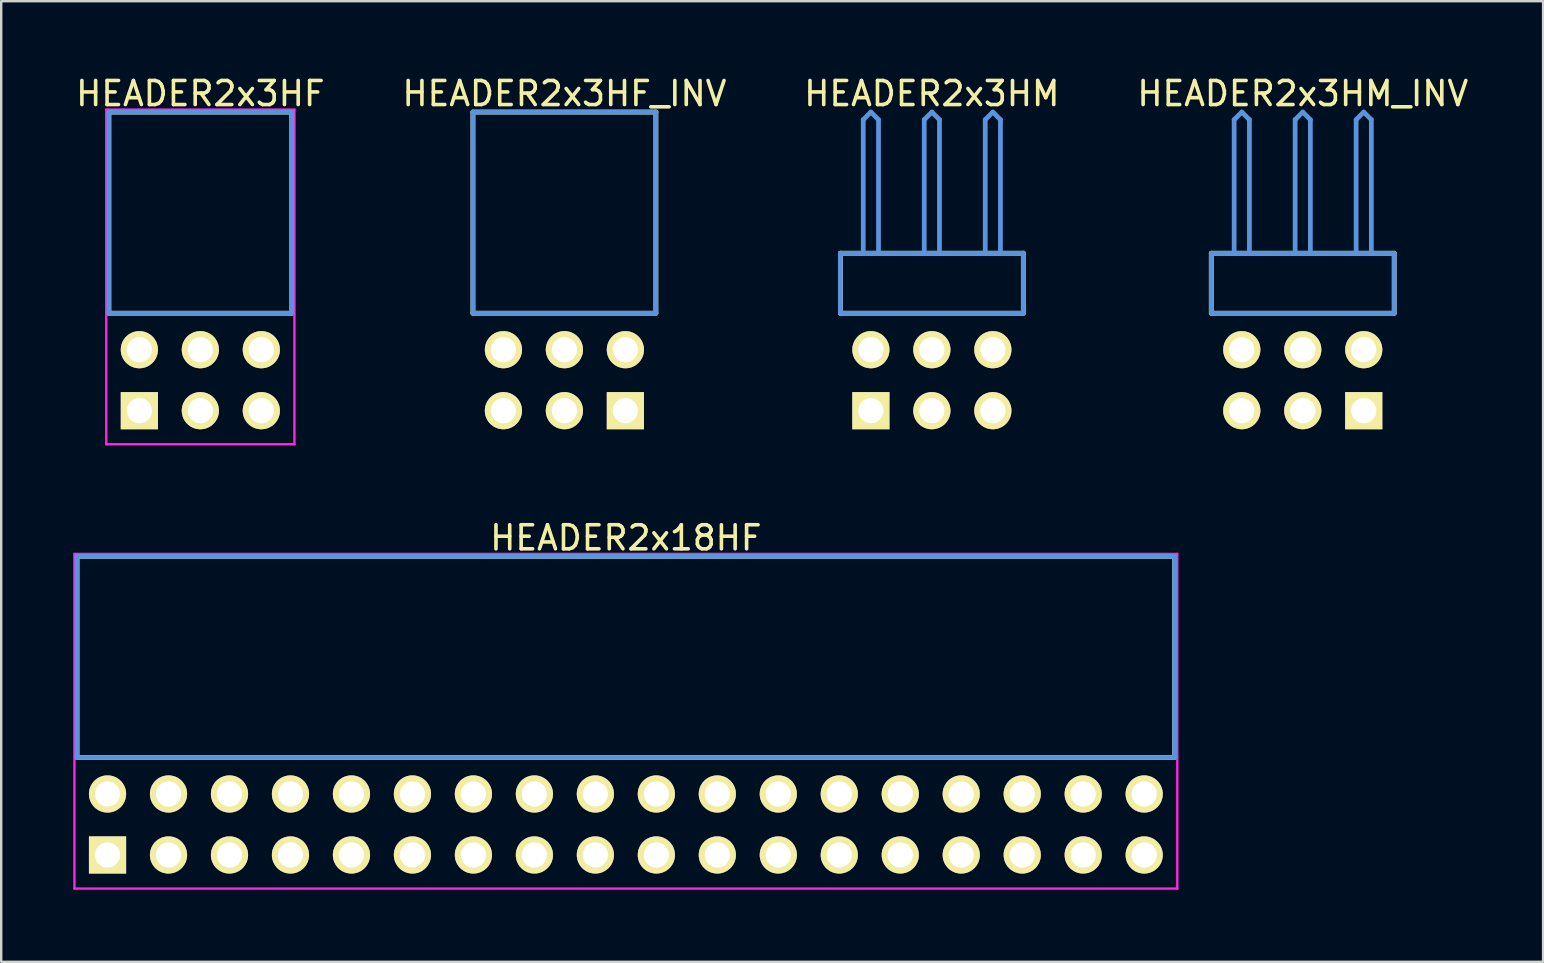
<source format=kicad_pcb>
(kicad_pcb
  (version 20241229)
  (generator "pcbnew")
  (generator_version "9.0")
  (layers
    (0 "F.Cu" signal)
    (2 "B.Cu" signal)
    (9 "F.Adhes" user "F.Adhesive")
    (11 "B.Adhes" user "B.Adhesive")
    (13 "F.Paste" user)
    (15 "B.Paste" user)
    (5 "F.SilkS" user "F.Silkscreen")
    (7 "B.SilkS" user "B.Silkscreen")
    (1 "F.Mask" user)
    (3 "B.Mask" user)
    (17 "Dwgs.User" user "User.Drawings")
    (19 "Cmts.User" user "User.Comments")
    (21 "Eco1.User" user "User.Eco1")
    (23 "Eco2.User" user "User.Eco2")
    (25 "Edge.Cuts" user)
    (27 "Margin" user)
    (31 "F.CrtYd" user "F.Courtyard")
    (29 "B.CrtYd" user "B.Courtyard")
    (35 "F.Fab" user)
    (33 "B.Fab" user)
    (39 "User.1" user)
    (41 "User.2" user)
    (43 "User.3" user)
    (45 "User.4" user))
  (footprint "HEADER2x18HF"
    (layer "F.Cu")
    (at 1.429 32.562)
    (property "Reference" "HEADER2x18HF" (at 21.59 -13.208 0) (layer "F.SilkS") (effects (font (size 1.001 1.001) (thickness 0.15))))
    (attr through_hole)
    (fp_line (start -1.27 -12.438) (end -1.27 -4.059) (stroke (width 0.198) (type solid)) (layer "F.SilkS"))
    (fp_line (start -1.27 -4.059) (end 44.45 -4.059) (stroke (width 0.198) (type solid)) (layer "F.SilkS"))
    (fp_line (start 44.45 -12.438) (end -1.27 -12.438) (stroke (width 0.198) (type solid)) (layer "F.SilkS"))
    (fp_line (start 44.45 -4.059) (end 44.45 -12.438) (stroke (width 0.198) (type solid)) (layer "F.SilkS"))
    (fp_line (start -1.27 -12.438) (end -1.27 -4.059) (stroke (width 0.198) (type solid)) (layer "Cmts.User"))
    (fp_line (start -1.27 -4.059) (end 44.45 -4.059) (stroke (width 0.198) (type solid)) (layer "Cmts.User"))
    (fp_line (start 44.45 -12.438) (end -1.27 -12.438) (stroke (width 0.198) (type solid)) (layer "Cmts.User"))
    (fp_line (start 44.45 -4.059) (end 44.45 -12.438) (stroke (width 0.198) (type solid)) (layer "Cmts.User"))
    (fp_line (start -1.379 -12.54) (end 44.559 -12.54) (stroke (width 0.099) (type solid)) (layer "F.CrtYd"))
    (fp_line (start -1.379 1.4) (end -1.379 -12.54) (stroke (width 0.099) (type solid)) (layer "F.CrtYd"))
    (fp_line (start 44.559 -12.54) (end 44.559 1.4) (stroke (width 0.099) (type solid)) (layer "F.CrtYd"))
    (fp_line (start 44.559 1.4) (end -1.379 1.4) (stroke (width 0.099) (type solid)) (layer "F.CrtYd"))
    (pad "1" thru_hole rect (at 0 0) (size 1.549 1.549) (drill 1.049) (layers "*.Cu" "*.Mask" "F.SilkS"))
    (pad "2" thru_hole circle (at 0 -2.54) (size 1.549 1.549) (drill 1.049) (layers "*.Cu" "*.Mask" "F.SilkS"))
    (pad "3" thru_hole circle (at 2.54 0) (size 1.549 1.549) (drill 1.049) (layers "*.Cu" "*.Mask" "F.SilkS"))
    (pad "4" thru_hole circle (at 2.54 -2.54) (size 1.549 1.549) (drill 1.049) (layers "*.Cu" "*.Mask" "F.SilkS"))
    (pad "5" thru_hole circle (at 5.08 0) (size 1.549 1.549) (drill 1.049) (layers "*.Cu" "*.Mask" "F.SilkS"))
    (pad "6" thru_hole circle (at 5.08 -2.54) (size 1.549 1.549) (drill 1.049) (layers "*.Cu" "*.Mask" "F.SilkS"))
    (pad "7" thru_hole circle (at 7.62 0) (size 1.549 1.549) (drill 1.049) (layers "*.Cu" "*.Mask" "F.SilkS"))
    (pad "8" thru_hole circle (at 7.62 -2.54) (size 1.549 1.549) (drill 1.049) (layers "*.Cu" "*.Mask" "F.SilkS"))
    (pad "9" thru_hole circle (at 10.16 0) (size 1.549 1.549) (drill 1.049) (layers "*.Cu" "*.Mask" "F.SilkS"))
    (pad "10" thru_hole circle (at 10.16 -2.54) (size 1.549 1.549) (drill 1.049) (layers "*.Cu" "*.Mask" "F.SilkS"))
    (pad "11" thru_hole circle (at 12.7 0) (size 1.549 1.549) (drill 1.049) (layers "*.Cu" "*.Mask" "F.SilkS"))
    (pad "12" thru_hole circle (at 12.7 -2.54) (size 1.549 1.549) (drill 1.049) (layers "*.Cu" "*.Mask" "F.SilkS"))
    (pad "13" thru_hole circle (at 15.24 0) (size 1.549 1.549) (drill 1.049) (layers "*.Cu" "*.Mask" "F.SilkS"))
    (pad "14" thru_hole circle (at 15.24 -2.54) (size 1.549 1.549) (drill 1.049) (layers "*.Cu" "*.Mask" "F.SilkS"))
    (pad "15" thru_hole circle (at 17.78 0) (size 1.549 1.549) (drill 1.049) (layers "*.Cu" "*.Mask" "F.SilkS"))
    (pad "16" thru_hole circle (at 17.78 -2.54) (size 1.549 1.549) (drill 1.049) (layers "*.Cu" "*.Mask" "F.SilkS"))
    (pad "17" thru_hole circle (at 20.32 0) (size 1.549 1.549) (drill 1.049) (layers "*.Cu" "*.Mask" "F.SilkS"))
    (pad "18" thru_hole circle (at 20.32 -2.54) (size 1.549 1.549) (drill 1.049) (layers "*.Cu" "*.Mask" "F.SilkS"))
    (pad "19" thru_hole circle (at 22.86 0) (size 1.549 1.549) (drill 1.049) (layers "*.Cu" "*.Mask" "F.SilkS"))
    (pad "20" thru_hole circle (at 22.86 -2.54) (size 1.549 1.549) (drill 1.049) (layers "*.Cu" "*.Mask" "F.SilkS"))
    (pad "21" thru_hole circle (at 25.4 0) (size 1.549 1.549) (drill 1.049) (layers "*.Cu" "*.Mask" "F.SilkS"))
    (pad "22" thru_hole circle (at 25.4 -2.54) (size 1.549 1.549) (drill 1.049) (layers "*.Cu" "*.Mask" "F.SilkS"))
    (pad "23" thru_hole circle (at 27.94 0) (size 1.549 1.549) (drill 1.049) (layers "*.Cu" "*.Mask" "F.SilkS"))
    (pad "24" thru_hole circle (at 27.94 -2.54) (size 1.549 1.549) (drill 1.049) (layers "*.Cu" "*.Mask" "F.SilkS"))
    (pad "25" thru_hole circle (at 30.48 0) (size 1.549 1.549) (drill 1.049) (layers "*.Cu" "*.Mask" "F.SilkS"))
    (pad "26" thru_hole circle (at 30.48 -2.54) (size 1.549 1.549) (drill 1.049) (layers "*.Cu" "*.Mask" "F.SilkS"))
    (pad "27" thru_hole circle (at 33.02 0) (size 1.549 1.549) (drill 1.049) (layers "*.Cu" "*.Mask" "F.SilkS"))
    (pad "28" thru_hole circle (at 33.02 -2.54) (size 1.549 1.549) (drill 1.049) (layers "*.Cu" "*.Mask" "F.SilkS"))
    (pad "29" thru_hole circle (at 35.56 0) (size 1.549 1.549) (drill 1.049) (layers "*.Cu" "*.Mask" "F.SilkS"))
    (pad "30" thru_hole circle (at 35.56 -2.54) (size 1.549 1.549) (drill 1.049) (layers "*.Cu" "*.Mask" "F.SilkS"))
    (pad "31" thru_hole circle (at 38.1 0) (size 1.549 1.549) (drill 1.049) (layers "*.Cu" "*.Mask" "F.SilkS"))
    (pad "32" thru_hole circle (at 38.1 -2.54) (size 1.549 1.549) (drill 1.049) (layers "*.Cu" "*.Mask" "F.SilkS"))
    (pad "33" thru_hole circle (at 40.64 0) (size 1.549 1.549) (drill 1.049) (layers "*.Cu" "*.Mask" "F.SilkS"))
    (pad "34" thru_hole circle (at 40.64 -2.54) (size 1.549 1.549) (drill 1.049) (layers "*.Cu" "*.Mask" "F.SilkS"))
    (pad "35" thru_hole circle (at 43.18 0) (size 1.549 1.549) (drill 1.049) (layers "*.Cu" "*.Mask" "F.SilkS"))
    (pad "36" thru_hole circle (at 43.18 -2.54) (size 1.549 1.549) (drill 1.049) (layers "*.Cu" "*.Mask" "F.SilkS")))
  (footprint "HEADER2x3HF_INV"
    (layer "F.Cu")
    (at 17.919 14.056)
    (property "Reference" "HEADER2x3HF_INV" (at 2.54 -13.208 0) (layer "F.SilkS") (effects (font (size 1.001 1.001) (thickness 0.15))))
    (attr through_hole)
    (fp_line (start -1.27 -12.438) (end -1.27 -4.059) (stroke (width 0.198) (type solid)) (layer "F.SilkS"))
    (fp_line (start -1.27 -4.059) (end 6.35 -4.059) (stroke (width 0.198) (type solid)) (layer "F.SilkS"))
    (fp_line (start 6.35 -12.438) (end -1.27 -12.438) (stroke (width 0.198) (type solid)) (layer "F.SilkS"))
    (fp_line (start 6.35 -4.059) (end 6.35 -12.438) (stroke (width 0.198) (type solid)) (layer "F.SilkS"))
    (fp_line (start -1.27 -12.438) (end -1.27 -4.059) (stroke (width 0.198) (type solid)) (layer "Cmts.User"))
    (fp_line (start -1.27 -4.059) (end 6.35 -4.059) (stroke (width 0.198) (type solid)) (layer "Cmts.User"))
    (fp_line (start 6.35 -12.438) (end -1.27 -12.438) (stroke (width 0.198) (type solid)) (layer "Cmts.User"))
    (fp_line (start 6.35 -4.059) (end 6.35 -12.438) (stroke (width 0.198) (type solid)) (layer "Cmts.User"))
    (fp_line (start -1.379 -12.54) (end 6.459 -12.54) (stroke (width 0.099) (type solid)) (layer "Eco1.User"))
    (fp_line (start -1.379 1.4) (end -1.379 -12.54) (stroke (width 0.099) (type solid)) (layer "Eco1.User"))
    (fp_line (start 6.459 -12.54) (end 6.459 1.4) (stroke (width 0.099) (type solid)) (layer "Eco1.User"))
    (fp_line (start 6.459 1.4) (end -1.379 1.4) (stroke (width 0.099) (type solid)) (layer "Eco1.User"))
    (pad "1" thru_hole rect (at 5.08 0) (size 1.549 1.549) (drill 1.049) (layers "*.Cu" "*.Mask" "F.SilkS"))
    (pad "2" thru_hole circle (at 5.08 -2.54) (size 1.549 1.549) (drill 1.049) (layers "*.Cu" "*.Mask" "F.SilkS"))
    (pad "3" thru_hole circle (at 2.54 0) (size 1.549 1.549) (drill 1.049) (layers "*.Cu" "*.Mask" "F.SilkS"))
    (pad "4" thru_hole circle (at 2.54 -2.54) (size 1.549 1.549) (drill 1.049) (layers "*.Cu" "*.Mask" "F.SilkS"))
    (pad "5" thru_hole circle (at 0 0) (size 1.549 1.549) (drill 1.049) (layers "*.Cu" "*.Mask" "F.SilkS"))
    (pad "6" thru_hole circle (at 0 -2.54) (size 1.549 1.549) (drill 1.049) (layers "*.Cu" "*.Mask" "F.SilkS")))
  (footprint "HEADER2x3HF"
    (layer "F.Cu")
    (at 2.755 14.056)
    (property "Reference" "HEADER2x3HF" (at 2.54 -13.208 0) (layer "F.SilkS") (effects (font (size 1.001 1.001) (thickness 0.15))))
    (attr through_hole)
    (fp_line (start -1.27 -12.438) (end -1.27 -4.059) (stroke (width 0.198) (type solid)) (layer "F.SilkS"))
    (fp_line (start -1.27 -4.059) (end 6.35 -4.059) (stroke (width 0.198) (type solid)) (layer "F.SilkS"))
    (fp_line (start 6.35 -12.438) (end -1.27 -12.438) (stroke (width 0.198) (type solid)) (layer "F.SilkS"))
    (fp_line (start 6.35 -4.059) (end 6.35 -12.438) (stroke (width 0.198) (type solid)) (layer "F.SilkS"))
    (fp_line (start -1.27 -12.438) (end -1.27 -4.059) (stroke (width 0.198) (type solid)) (layer "Cmts.User"))
    (fp_line (start -1.27 -4.059) (end 6.35 -4.059) (stroke (width 0.198) (type solid)) (layer "Cmts.User"))
    (fp_line (start 6.35 -12.438) (end -1.27 -12.438) (stroke (width 0.198) (type solid)) (layer "Cmts.User"))
    (fp_line (start 6.35 -4.059) (end 6.35 -12.438) (stroke (width 0.198) (type solid)) (layer "Cmts.User"))
    (fp_line (start -1.379 -12.54) (end 6.459 -12.54) (stroke (width 0.099) (type solid)) (layer "F.CrtYd"))
    (fp_line (start -1.379 1.4) (end -1.379 -12.54) (stroke (width 0.099) (type solid)) (layer "F.CrtYd"))
    (fp_line (start 6.459 -12.54) (end 6.459 1.4) (stroke (width 0.099) (type solid)) (layer "F.CrtYd"))
    (fp_line (start 6.459 1.4) (end -1.379 1.4) (stroke (width 0.099) (type solid)) (layer "F.CrtYd"))
    (pad "1" thru_hole rect (at 0 0) (size 1.549 1.549) (drill 1.049) (layers "*.Cu" "*.Mask" "F.SilkS"))
    (pad "2" thru_hole circle (at 0 -2.54) (size 1.549 1.549) (drill 1.049) (layers "*.Cu" "*.Mask" "F.SilkS"))
    (pad "3" thru_hole circle (at 2.54 0) (size 1.549 1.549) (drill 1.049) (layers "*.Cu" "*.Mask" "F.SilkS"))
    (pad "4" thru_hole circle (at 2.54 -2.54) (size 1.549 1.549) (drill 1.049) (layers "*.Cu" "*.Mask" "F.SilkS"))
    (pad "5" thru_hole circle (at 5.08 0) (size 1.549 1.549) (drill 1.049) (layers "*.Cu" "*.Mask" "F.SilkS"))
    (pad "6" thru_hole circle (at 5.08 -2.54) (size 1.549 1.549) (drill 1.049) (layers "*.Cu" "*.Mask" "F.SilkS")))
  (footprint "HEADER2x3HM_INV"
    (layer "F.Cu")
    (at 48.674 14.056)
    (property "Reference" "HEADER2x3HM_INV" (at 2.54 -13.208 0) (layer "F.SilkS") (effects (font (size 1.001 1.001) (thickness 0.15))))
    (attr through_hole)
    (fp_line (start -1.27 -6.558) (end -1.27 -4.059) (stroke (width 0.198) (type solid)) (layer "F.SilkS"))
    (fp_line (start -1.27 -4.059) (end 6.35 -4.059) (stroke (width 0.198) (type solid)) (layer "F.SilkS"))
    (fp_line (start 6.35 -6.558) (end -1.27 -6.558) (stroke (width 0.198) (type solid)) (layer "F.SilkS"))
    (fp_line (start 6.35 -4.059) (end 6.35 -6.558) (stroke (width 0.198) (type solid)) (layer "F.SilkS"))
    (fp_line (start -1.27 -6.558) (end -1.27 -4.059) (stroke (width 0.198) (type solid)) (layer "Cmts.User"))
    (fp_line (start -1.27 -4.059) (end 6.35 -4.059) (stroke (width 0.198) (type solid)) (layer "Cmts.User"))
    (fp_line (start -0.318 -12.121) (end 0 -12.438) (stroke (width 0.198) (type solid)) (layer "Cmts.User"))
    (fp_line (start -0.318 -6.599) (end -0.318 -12.121) (stroke (width 0.198) (type solid)) (layer "Cmts.User"))
    (fp_line (start 0.318 -12.121) (end 0 -12.438) (stroke (width 0.198) (type solid)) (layer "Cmts.User"))
    (fp_line (start 0.318 -6.599) (end 0.318 -12.121) (stroke (width 0.198) (type solid)) (layer "Cmts.User"))
    (fp_line (start 2.223 -12.121) (end 2.54 -12.438) (stroke (width 0.198) (type solid)) (layer "Cmts.User"))
    (fp_line (start 2.223 -6.599) (end 2.223 -12.121) (stroke (width 0.198) (type solid)) (layer "Cmts.User"))
    (fp_line (start 2.857 -12.121) (end 2.54 -12.438) (stroke (width 0.198) (type solid)) (layer "Cmts.User"))
    (fp_line (start 2.857 -6.599) (end 2.857 -12.121) (stroke (width 0.198) (type solid)) (layer "Cmts.User"))
    (fp_line (start 4.763 -12.121) (end 5.08 -12.438) (stroke (width 0.198) (type solid)) (layer "Cmts.User"))
    (fp_line (start 4.763 -6.599) (end 4.763 -12.121) (stroke (width 0.198) (type solid)) (layer "Cmts.User"))
    (fp_line (start 5.397 -12.121) (end 5.08 -12.438) (stroke (width 0.198) (type solid)) (layer "Cmts.User"))
    (fp_line (start 5.397 -6.599) (end 5.397 -12.121) (stroke (width 0.198) (type solid)) (layer "Cmts.User"))
    (fp_line (start 6.35 -6.558) (end -1.27 -6.558) (stroke (width 0.198) (type solid)) (layer "Cmts.User"))
    (fp_line (start 6.35 -4.059) (end 6.35 -6.558) (stroke (width 0.198) (type solid)) (layer "Cmts.User"))
    (fp_line (start -1.379 -12.54) (end 6.459 -12.54) (stroke (width 0.099) (type solid)) (layer "Eco1.User"))
    (fp_line (start -1.379 1.4) (end -1.379 -12.54) (stroke (width 0.099) (type solid)) (layer "Eco1.User"))
    (fp_line (start 6.459 -12.54) (end 6.459 1.4) (stroke (width 0.099) (type solid)) (layer "Eco1.User"))
    (fp_line (start 6.459 1.4) (end -1.379 1.4) (stroke (width 0.099) (type solid)) (layer "Eco1.User"))
    (pad "1" thru_hole rect (at 5.08 0) (size 1.549 1.549) (drill 1.049) (layers "*.Cu" "*.Mask" "F.SilkS"))
    (pad "2" thru_hole circle (at 5.08 -2.54) (size 1.549 1.549) (drill 1.049) (layers "*.Cu" "*.Mask" "F.SilkS"))
    (pad "3" thru_hole circle (at 2.54 0) (size 1.549 1.549) (drill 1.049) (layers "*.Cu" "*.Mask" "F.SilkS"))
    (pad "4" thru_hole circle (at 2.54 -2.54) (size 1.549 1.549) (drill 1.049) (layers "*.Cu" "*.Mask" "F.SilkS"))
    (pad "5" thru_hole circle (at 0 0) (size 1.549 1.549) (drill 1.049) (layers "*.Cu" "*.Mask" "F.SilkS"))
    (pad "6" thru_hole circle (at 0 -2.54) (size 1.549 1.549) (drill 1.049) (layers "*.Cu" "*.Mask" "F.SilkS")))
  (footprint "HEADER2x3HM"
    (layer "F.Cu")
    (at 33.225 14.056)
    (property "Reference" "HEADER2x3HM" (at 2.54 -13.208 0) (layer "F.SilkS") (effects (font (size 1.001 1.001) (thickness 0.15))))
    (attr through_hole)
    (fp_line (start -1.27 -6.558) (end -1.27 -4.059) (stroke (width 0.198) (type solid)) (layer "F.SilkS"))
    (fp_line (start -1.27 -4.059) (end 6.35 -4.059) (stroke (width 0.198) (type solid)) (layer "F.SilkS"))
    (fp_line (start 6.35 -6.558) (end -1.27 -6.558) (stroke (width 0.198) (type solid)) (layer "F.SilkS"))
    (fp_line (start 6.35 -4.059) (end 6.35 -6.558) (stroke (width 0.198) (type solid)) (layer "F.SilkS"))
    (fp_line (start -1.27 -6.558) (end -1.27 -4.059) (stroke (width 0.198) (type solid)) (layer "Cmts.User"))
    (fp_line (start -1.27 -4.059) (end 6.35 -4.059) (stroke (width 0.198) (type solid)) (layer "Cmts.User"))
    (fp_line (start -0.318 -12.121) (end 0 -12.438) (stroke (width 0.198) (type solid)) (layer "Cmts.User"))
    (fp_line (start -0.318 -6.599) (end -0.318 -12.121) (stroke (width 0.198) (type solid)) (layer "Cmts.User"))
    (fp_line (start 0.318 -12.121) (end 0 -12.438) (stroke (width 0.198) (type solid)) (layer "Cmts.User"))
    (fp_line (start 0.318 -6.599) (end 0.318 -12.121) (stroke (width 0.198) (type solid)) (layer "Cmts.User"))
    (fp_line (start 2.223 -12.121) (end 2.54 -12.438) (stroke (width 0.198) (type solid)) (layer "Cmts.User"))
    (fp_line (start 2.223 -6.599) (end 2.223 -12.121) (stroke (width 0.198) (type solid)) (layer "Cmts.User"))
    (fp_line (start 2.857 -12.121) (end 2.54 -12.438) (stroke (width 0.198) (type solid)) (layer "Cmts.User"))
    (fp_line (start 2.857 -6.599) (end 2.857 -12.121) (stroke (width 0.198) (type solid)) (layer "Cmts.User"))
    (fp_line (start 4.763 -12.121) (end 5.08 -12.438) (stroke (width 0.198) (type solid)) (layer "Cmts.User"))
    (fp_line (start 4.763 -6.599) (end 4.763 -12.121) (stroke (width 0.198) (type solid)) (layer "Cmts.User"))
    (fp_line (start 5.397 -12.121) (end 5.08 -12.438) (stroke (width 0.198) (type solid)) (layer "Cmts.User"))
    (fp_line (start 5.397 -6.599) (end 5.397 -12.121) (stroke (width 0.198) (type solid)) (layer "Cmts.User"))
    (fp_line (start 6.35 -6.558) (end -1.27 -6.558) (stroke (width 0.198) (type solid)) (layer "Cmts.User"))
    (fp_line (start 6.35 -4.059) (end 6.35 -6.558) (stroke (width 0.198) (type solid)) (layer "Cmts.User"))
    (fp_line (start -1.379 -12.54) (end 6.459 -12.54) (stroke (width 0.099) (type solid)) (layer "Eco1.User"))
    (fp_line (start -1.379 1.4) (end -1.379 -12.54) (stroke (width 0.099) (type solid)) (layer "Eco1.User"))
    (fp_line (start 6.459 -12.54) (end 6.459 1.4) (stroke (width 0.099) (type solid)) (layer "Eco1.User"))
    (fp_line (start 6.459 1.4) (end -1.379 1.4) (stroke (width 0.099) (type solid)) (layer "Eco1.User"))
    (pad "1" thru_hole rect (at 0 0) (size 1.549 1.549) (drill 1.049) (layers "*.Cu" "*.Mask" "F.SilkS"))
    (pad "2" thru_hole circle (at 0 -2.54) (size 1.549 1.549) (drill 1.049) (layers "*.Cu" "*.Mask" "F.SilkS"))
    (pad "3" thru_hole circle (at 2.54 0) (size 1.549 1.549) (drill 1.049) (layers "*.Cu" "*.Mask" "F.SilkS"))
    (pad "4" thru_hole circle (at 2.54 -2.54) (size 1.549 1.549) (drill 1.049) (layers "*.Cu" "*.Mask" "F.SilkS"))
    (pad "5" thru_hole circle (at 5.08 0) (size 1.549 1.549) (drill 1.049) (layers "*.Cu" "*.Mask" "F.SilkS"))
    (pad "6" thru_hole circle (at 5.08 -2.54) (size 1.549 1.549) (drill 1.049) (layers "*.Cu" "*.Mask" "F.SilkS")))
  (gr_rect
    (start -3 -3)
    (end 61.225 37.011)
    (stroke (width 0.1) (type default))
    (fill no)
    (layer "Edge.Cuts")))
</source>
